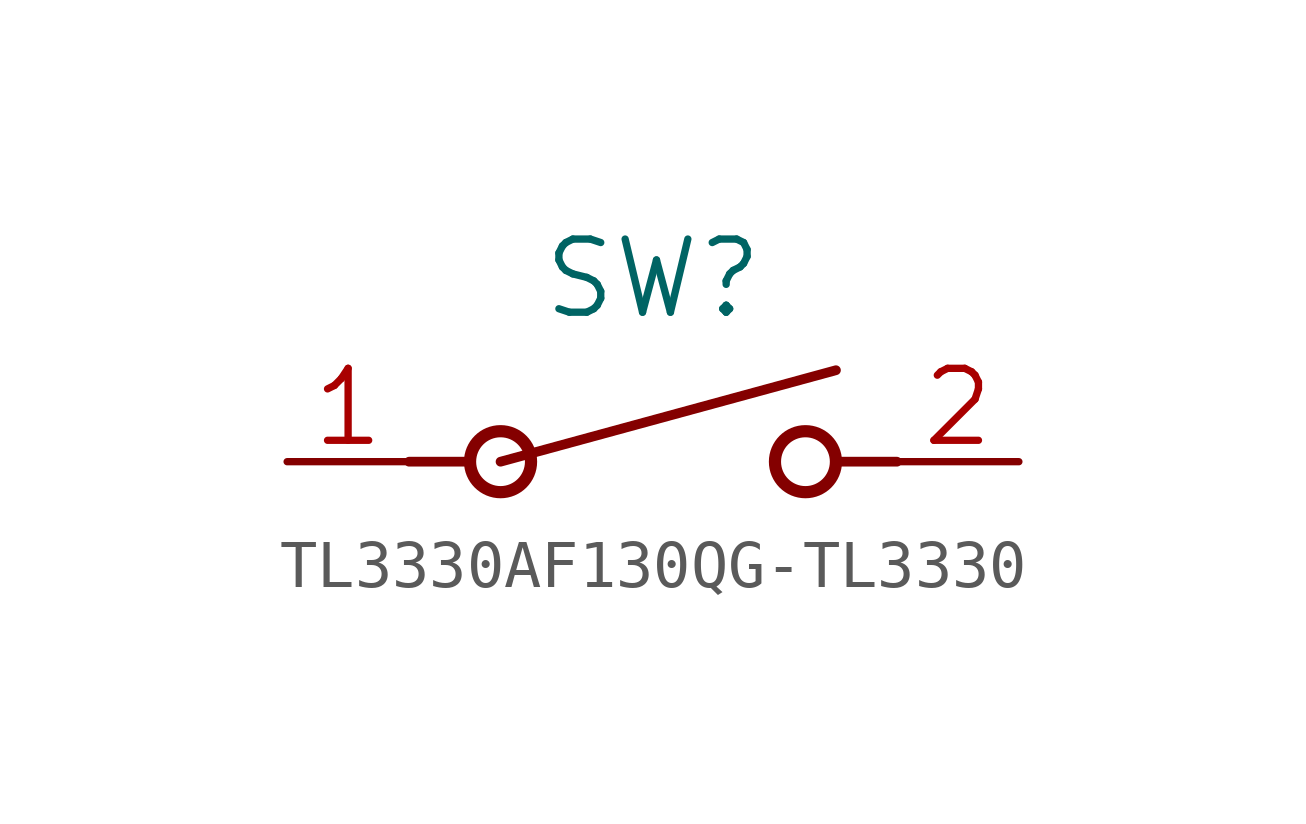
<source format=kicad_sym>
(kicad_symbol_lib
  (version 20220914)
  (generator kicad_symbol_editor)
  (symbol "TL3330AF130QG-TL3330"
    (pin_names
      (offset -1.905) hide)
    (property "Reference" "SW"
      (at 7.62 3.81 0)
      (effects (font (size 1.524 1.524))))
    (property "Datasheet" ""
      (at 0 0 0)
      (effects (font (size 1.524 1.524))))
    (symbol "TL3330AF130QG-TL3330_1_1"
      (polyline (pts (xy 2.54 0) (xy 3.81 0)) (stroke (width 0.203) (type solid)) (fill (type none)))
      (polyline (pts (xy 4.445 0) (xy 11.43 1.905)) (stroke (width 0.203) (type solid)) (fill (type none)))
      (polyline (pts (xy 12.7 0) (xy 11.43 0)) (stroke (width 0.203) (type solid)) (fill (type none)))
      (circle (center 4.445 0) (radius 0.635) (stroke (width 0.254) (type solid)) (fill (type none)))
      (circle (center 10.795 0) (radius 0.635) (stroke (width 0.254) (type solid)) (fill (type none)))
      (pin unspecified line (at 0 0 0) (length 2.54) (name "1" (effects (font (size 1.499 1.499)))) (number "1" (effects (font (size 1.499 1.499)))))
      (pin unspecified line (at 15.24 0 180) (length 2.54) (name "2" (effects (font (size 1.499 1.499)))) (number "2" (effects (font (size 1.499 1.499))))))))
</source>
